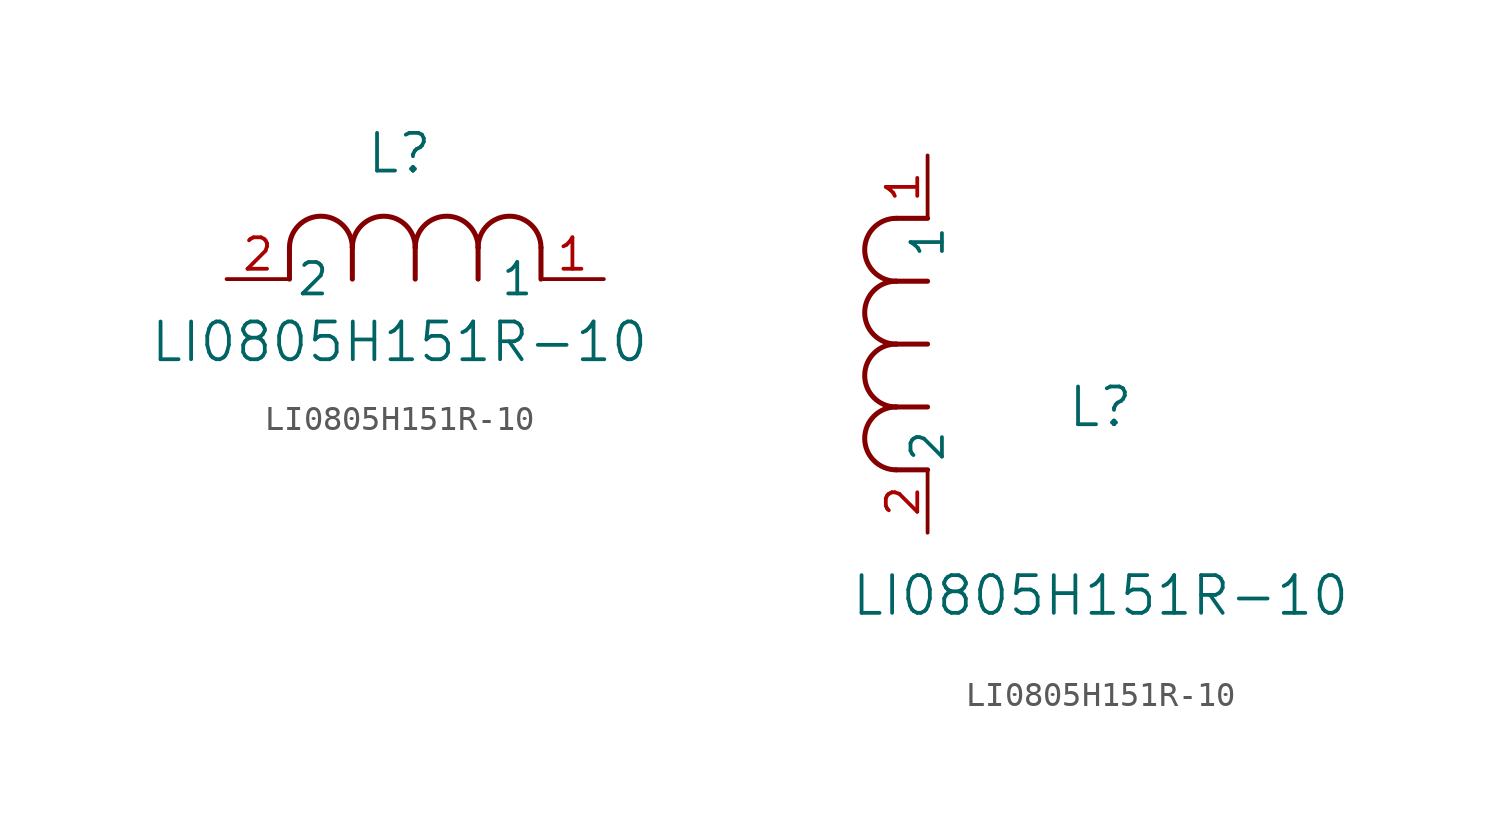
<source format=kicad_sym>
(kicad_symbol_lib
  (version 20211014)
  (generator kicad_symbol_editor)
  (symbol "LI0805H151R-10"
    (pin_names
      (offset 0.254))
    (property "Reference" "L"
      (at 6.985 5.08 0)
      (effects (font (size 1.524 1.524))))
    (property "Value" "LI0805H151R-10"
      (at 6.985 -2.54 0)
      (effects (font (size 1.524 1.524))))
    (symbol "LI0805H151R-10_1_1"
      (arc (start 7.62 1.27) (mid 6.35 2.54) (end 5.08 1.27) (stroke (width 0.2032) (type default) (color 0 0 0 0)) (fill (type none)))
      (polyline (pts (xy 5.08 0) (xy 5.08 1.27)) (stroke (width 0.203) (type default) (color 0 0 0 0)) (fill (type none)))
      (polyline (pts (xy 7.62 0) (xy 7.62 1.27)) (stroke (width 0.203) (type default) (color 0 0 0 0)) (fill (type none)))
      (polyline (pts (xy 12.7 0) (xy 12.7 1.27)) (stroke (width 0.203) (type default) (color 0 0 0 0)) (fill (type none)))
      (arc (start 5.08 1.27) (mid 3.81 2.54) (end 2.54 1.27) (stroke (width 0.2032) (type default) (color 0 0 0 0)) (fill (type none)))
      (arc (start 10.16 1.27) (mid 8.89 2.54) (end 7.62 1.27) (stroke (width 0.2032) (type default) (color 0 0 0 0)) (fill (type none)))
      (arc (start 12.7 1.27) (mid 11.43 2.54) (end 10.16 1.27) (stroke (width 0.2032) (type default) (color 0 0 0 0)) (fill (type none)))
      (polyline (pts (xy 2.54 0) (xy 2.54 1.27)) (stroke (width 0.203) (type default) (color 0 0 0 0)) (fill (type none)))
      (polyline (pts (xy 10.16 0) (xy 10.16 1.27)) (stroke (width 0.203) (type default) (color 0 0 0 0)) (fill (type none)))
      (pin unspecified line (at 0 0 0) (length 2.54) (name "2" (effects (font (size 1.27 1.27)))) (number "2" (effects (font (size 1.27 1.27)))))
      (pin unspecified line (at 15.24 0 180) (length 2.54) (name "1" (effects (font (size 1.27 1.27)))) (number "1" (effects (font (size 1.27 1.27))))))
    (symbol "LI0805H151R-10_1_2"
      (arc (start -1.27 7.62) (mid -2.54 6.35) (end -1.27 5.08) (stroke (width 0.2032) (type default) (color 0 0 0 0)) (fill (type none)))
      (arc (start -1.27 5.08) (mid -2.54 3.81) (end -1.27 2.54) (stroke (width 0.2032) (type default) (color 0 0 0 0)) (fill (type none)))
      (arc (start -1.27 12.7) (mid -2.54 11.43) (end -1.27 10.16) (stroke (width 0.2032) (type default) (color 0 0 0 0)) (fill (type none)))
      (arc (start -1.27 10.16) (mid -2.54 8.89) (end -1.27 7.62) (stroke (width 0.2032) (type default) (color 0 0 0 0)) (fill (type none)))
      (polyline (pts (xy 0 7.62) (xy -1.27 7.62)) (stroke (width 0.203) (type default) (color 0 0 0 0)) (fill (type none)))
      (polyline (pts (xy 0 5.08) (xy -1.27 5.08)) (stroke (width 0.203) (type default) (color 0 0 0 0)) (fill (type none)))
      (polyline (pts (xy 0 12.7) (xy -1.27 12.7)) (stroke (width 0.203) (type default) (color 0 0 0 0)) (fill (type none)))
      (polyline (pts (xy 0 2.54) (xy -1.27 2.54)) (stroke (width 0.203) (type default) (color 0 0 0 0)) (fill (type none)))
      (polyline (pts (xy 0 10.16) (xy -1.27 10.16)) (stroke (width 0.203) (type default) (color 0 0 0 0)) (fill (type none)))
      (pin unspecified line (at 0 0 90) (length 2.54) (name "2" (effects (font (size 1.27 1.27)))) (number "2" (effects (font (size 1.27 1.27)))))
      (pin unspecified line (at 0 15.24 270) (length 2.54) (name "1" (effects (font (size 1.27 1.27)))) (number "1" (effects (font (size 1.27 1.27))))))))
</source>
